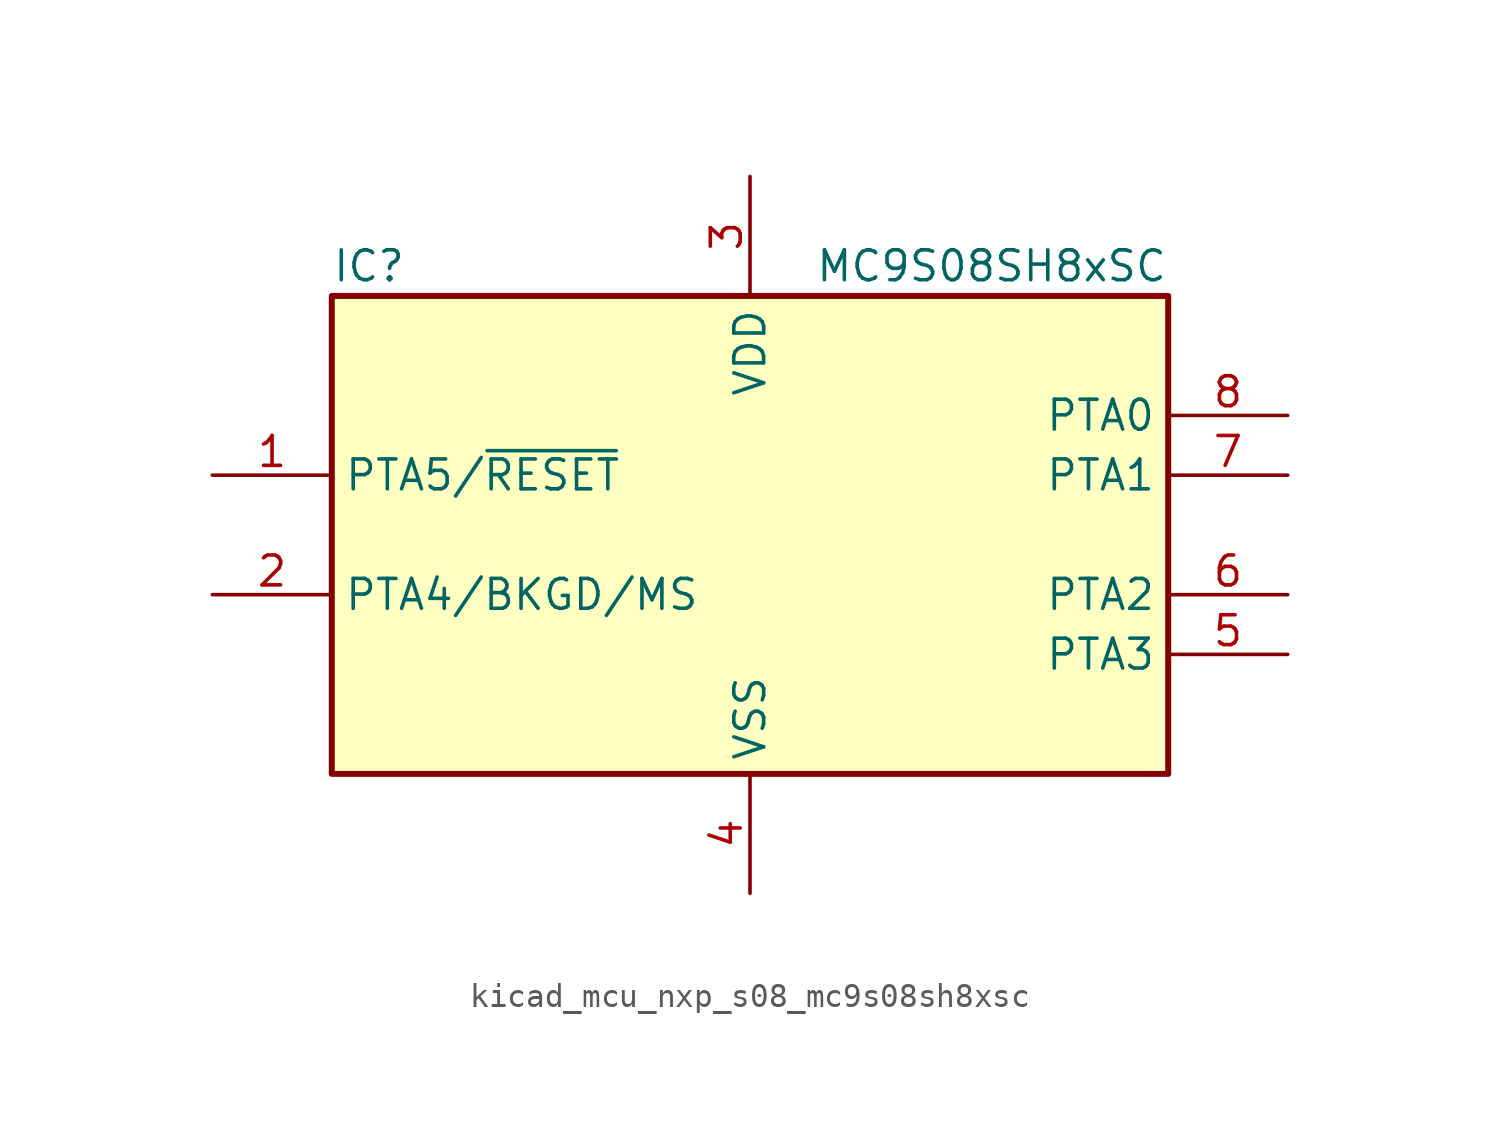
<source format=kicad_sym>
(kicad_symbol_lib
  (version 20220914)
  (generator kicad_symbol_editor)
  (symbol "kicad_mcu_nxp_s08_mc9s08sh8xsc"
    (property "Reference" "IC"
      (at -17.78 11.43 0)
      (effects (font (size 1.27 1.27)) (justify left)))
    (property "Value" "MC9S08SH8xSC"
      (at 17.78 11.43 0)
      (effects (font (size 1.27 1.27)) (justify right)))
    (symbol "kicad_mcu_nxp_s08_mc9s08sh8xsc_0_1"
      (rectangle (start -17.78 10.16) (end 17.78 -10.16) (stroke (width 0.254) (type default)) (fill (type background))))
    (symbol "kicad_mcu_nxp_s08_mc9s08sh8xsc_1_1"
      (pin bidirectional line (at -22.86 2.54 0) (length 5.08) (name "PTA5/~{RESET}" (effects (font (size 1.27 1.27)))) (number "1" (effects (font (size 1.27 1.27)))))
      (pin bidirectional line (at -22.86 -2.54 0) (length 5.08) (name "PTA4/BKGD/MS" (effects (font (size 1.27 1.27)))) (number "2" (effects (font (size 1.27 1.27)))))
      (pin power_in line (at 0 15.24 270) (length 5.08) (name "VDD" (effects (font (size 1.27 1.27)))) (number "3" (effects (font (size 1.27 1.27)))))
      (pin power_in line (at 0 -15.24 90) (length 5.08) (name "VSS" (effects (font (size 1.27 1.27)))) (number "4" (effects (font (size 1.27 1.27)))))
      (pin bidirectional line (at 22.86 -5.08 180) (length 5.08) (name "PTA3" (effects (font (size 1.27 1.27)))) (number "5" (effects (font (size 1.27 1.27)))))
      (pin bidirectional line (at 22.86 -2.54 180) (length 5.08) (name "PTA2" (effects (font (size 1.27 1.27)))) (number "6" (effects (font (size 1.27 1.27)))))
      (pin bidirectional line (at 22.86 2.54 180) (length 5.08) (name "PTA1" (effects (font (size 1.27 1.27)))) (number "7" (effects (font (size 1.27 1.27)))))
      (pin bidirectional line (at 22.86 5.08 180) (length 5.08) (name "PTA0" (effects (font (size 1.27 1.27)))) (number "8" (effects (font (size 1.27 1.27))))))))
</source>
